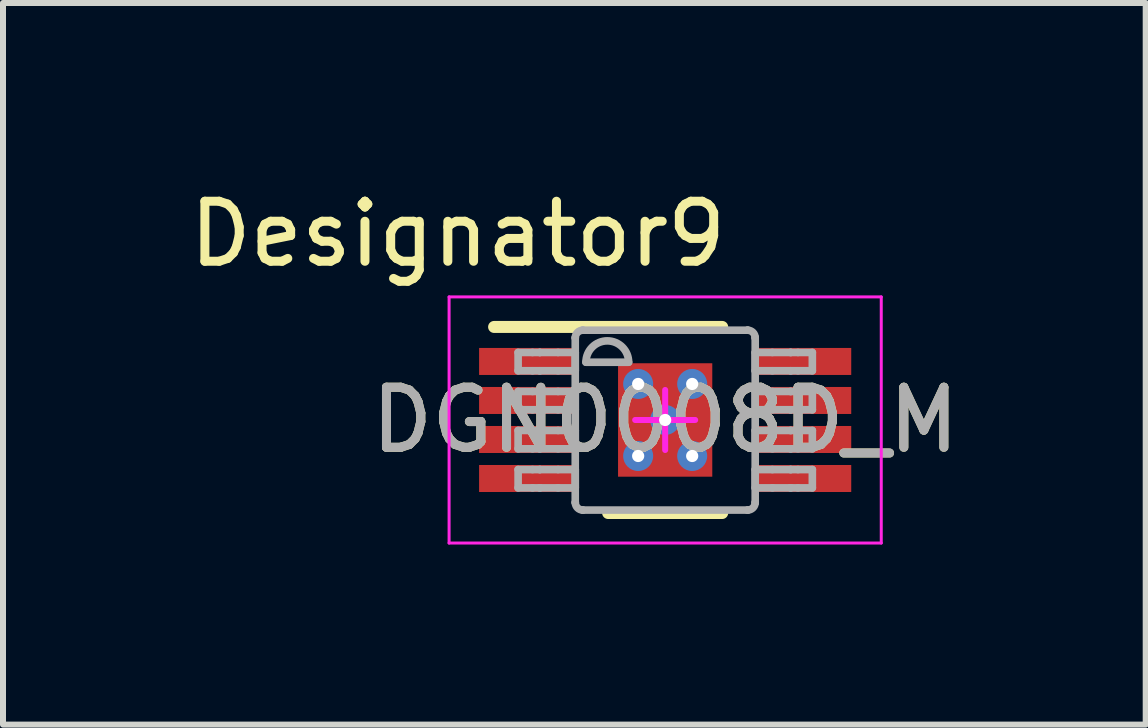
<source format=kicad_pcb>
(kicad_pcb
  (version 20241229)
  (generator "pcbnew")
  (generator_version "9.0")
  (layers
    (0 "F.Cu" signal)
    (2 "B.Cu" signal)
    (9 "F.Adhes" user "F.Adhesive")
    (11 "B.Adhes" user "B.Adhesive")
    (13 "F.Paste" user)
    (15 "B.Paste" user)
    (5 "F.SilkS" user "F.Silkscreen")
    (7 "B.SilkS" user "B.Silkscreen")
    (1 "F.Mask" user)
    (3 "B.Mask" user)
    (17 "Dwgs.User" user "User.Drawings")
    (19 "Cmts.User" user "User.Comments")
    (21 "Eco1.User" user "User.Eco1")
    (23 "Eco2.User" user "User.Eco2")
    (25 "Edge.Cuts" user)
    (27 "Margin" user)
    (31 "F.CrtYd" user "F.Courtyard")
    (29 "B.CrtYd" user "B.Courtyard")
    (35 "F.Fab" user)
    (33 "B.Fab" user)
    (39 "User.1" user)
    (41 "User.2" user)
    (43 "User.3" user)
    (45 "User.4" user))
  (footprint "DGN0008D_M"
    (layer "F.Cu")
    (at 8.032 3.947)
    (property "Reference" "DGN0008D_M" (at 0 0 0) (unlocked yes) (layer "F.SilkS") (effects (font (size 1 1) (thickness 0.15))))
    (attr smd)
    (fp_line (start -2.85 -1.55) (end 0.95 -1.55) (stroke (width 0.2) (type solid)) (layer "F.SilkS"))
    (fp_line (start -0.95 1.55) (end 0.95 1.55) (stroke (width 0.2) (type solid)) (layer "F.SilkS"))
    (fp_line (start -3.6 -2.05) (end 3.6 -2.05) (stroke (width 0.05) (type solid)) (layer "F.CrtYd"))
    (fp_line (start -3.6 2.05) (end -3.6 -2.05) (stroke (width 0.05) (type solid)) (layer "F.CrtYd"))
    (fp_line (start -3.6 2.05) (end 3.6 2.05) (stroke (width 0.05) (type solid)) (layer "F.CrtYd"))
    (fp_line (start -0.5 0) (end 0.5 0) (stroke (width 0.1) (type solid)) (layer "F.CrtYd"))
    (fp_line (start -0.000003 0.5) (end -0.000003 -0.5) (stroke (width 0.1) (type solid)) (layer "F.CrtYd"))
    (fp_line (start 3.6 2.05) (end 3.6 -2.05) (stroke (width 0.05) (type solid)) (layer "F.CrtYd"))
    (fp_line (start -2.45 -1.125) (end -2.21 -1.125) (stroke (width 0.127) (type solid)) (layer "F.Fab"))
    (fp_line (start -2.45 -0.82) (end -2.45 -1.125) (stroke (width 0.127) (type solid)) (layer "F.Fab"))
    (fp_line (start -2.45 -0.82) (end -2.21 -0.82) (stroke (width 0.127) (type solid)) (layer "F.Fab"))
    (fp_line (start -2.45 -0.475) (end -2.21 -0.475) (stroke (width 0.127) (type solid)) (layer "F.Fab"))
    (fp_line (start -2.45 -0.17) (end -2.45 -0.475) (stroke (width 0.127) (type solid)) (layer "F.Fab"))
    (fp_line (start -2.45 -0.17) (end -2.21 -0.17) (stroke (width 0.127) (type solid)) (layer "F.Fab"))
    (fp_line (start -2.45 0.175) (end -2.21 0.175) (stroke (width 0.127) (type solid)) (layer "F.Fab"))
    (fp_line (start -2.45 0.48) (end -2.45 0.175) (stroke (width 0.127) (type solid)) (layer "F.Fab"))
    (fp_line (start -2.45 0.48) (end -2.21 0.48) (stroke (width 0.127) (type solid)) (layer "F.Fab"))
    (fp_line (start -2.45 0.826) (end -2.21 0.826) (stroke (width 0.127) (type solid)) (layer "F.Fab"))
    (fp_line (start -2.45 1.131) (end -2.45 0.826) (stroke (width 0.127) (type solid)) (layer "F.Fab"))
    (fp_line (start -2.45 1.131) (end -2.21 1.131) (stroke (width 0.127) (type solid)) (layer "F.Fab"))
    (fp_line (start -2.21 -1.125) (end -2.09 -1.125) (stroke (width 0.127) (type solid)) (layer "F.Fab"))
    (fp_line (start -2.21 -0.82) (end -2.09 -0.82) (stroke (width 0.127) (type solid)) (layer "F.Fab"))
    (fp_line (start -2.21 -0.475) (end -2.09 -0.475) (stroke (width 0.127) (type solid)) (layer "F.Fab"))
    (fp_line (start -2.21 -0.17) (end -2.09 -0.17) (stroke (width 0.127) (type solid)) (layer "F.Fab"))
    (fp_line (start -2.21 0.175) (end -2.09 0.175) (stroke (width 0.127) (type solid)) (layer "F.Fab"))
    (fp_line (start -2.21 0.48) (end -2.09 0.48) (stroke (width 0.127) (type solid)) (layer "F.Fab"))
    (fp_line (start -2.21 0.826) (end -2.09 0.826) (stroke (width 0.127) (type solid)) (layer "F.Fab"))
    (fp_line (start -2.21 1.131) (end -2.09 1.131) (stroke (width 0.127) (type solid)) (layer "F.Fab"))
    (fp_line (start -2.09 -1.125) (end -2.087 -1.125) (stroke (width 0.127) (type solid)) (layer "F.Fab"))
    (fp_line (start -2.09 -0.82) (end -2.087 -0.82) (stroke (width 0.127) (type solid)) (layer "F.Fab"))
    (fp_line (start -2.09 -0.475) (end -2.087 -0.475) (stroke (width 0.127) (type solid)) (layer "F.Fab"))
    (fp_line (start -2.09 -0.17) (end -2.087 -0.17) (stroke (width 0.127) (type solid)) (layer "F.Fab"))
    (fp_line (start -2.09 0.175) (end -2.087 0.175) (stroke (width 0.127) (type solid)) (layer "F.Fab"))
    (fp_line (start -2.09 0.48) (end -2.087 0.48) (stroke (width 0.127) (type solid)) (layer "F.Fab"))
    (fp_line (start -2.09 0.826) (end -2.087 0.826) (stroke (width 0.127) (type solid)) (layer "F.Fab"))
    (fp_line (start -2.09 1.131) (end -2.087 1.131) (stroke (width 0.127) (type solid)) (layer "F.Fab"))
    (fp_line (start -2.087 -1.125) (end -1.784 -1.125) (stroke (width 0.127) (type solid)) (layer "F.Fab"))
    (fp_line (start -2.087 -0.82) (end -1.784 -0.82) (stroke (width 0.127) (type solid)) (layer "F.Fab"))
    (fp_line (start -2.087 -0.475) (end -1.784 -0.475) (stroke (width 0.127) (type solid)) (layer "F.Fab"))
    (fp_line (start -2.087 -0.17) (end -1.784 -0.17) (stroke (width 0.127) (type solid)) (layer "F.Fab"))
    (fp_line (start -2.087 0.175) (end -1.784 0.175) (stroke (width 0.127) (type solid)) (layer "F.Fab"))
    (fp_line (start -2.087 0.48) (end -1.784 0.48) (stroke (width 0.127) (type solid)) (layer "F.Fab"))
    (fp_line (start -2.087 0.826) (end -1.784 0.826) (stroke (width 0.127) (type solid)) (layer "F.Fab"))
    (fp_line (start -2.087 1.131) (end -1.784 1.131) (stroke (width 0.127) (type solid)) (layer "F.Fab"))
    (fp_line (start -1.784 -1.125) (end -1.498 -1.125) (stroke (width 0.127) (type solid)) (layer "F.Fab"))
    (fp_line (start -1.784 -0.82) (end -1.498 -0.82) (stroke (width 0.127) (type solid)) (layer "F.Fab"))
    (fp_line (start -1.784 -0.475) (end -1.498 -0.475) (stroke (width 0.127) (type solid)) (layer "F.Fab"))
    (fp_line (start -1.784 -0.17) (end -1.498 -0.17) (stroke (width 0.127) (type solid)) (layer "F.Fab"))
    (fp_line (start -1.784 0.175) (end -1.498 0.175) (stroke (width 0.127) (type solid)) (layer "F.Fab"))
    (fp_line (start -1.784 0.48) (end -1.498 0.48) (stroke (width 0.127) (type solid)) (layer "F.Fab"))
    (fp_line (start -1.784 0.826) (end -1.498 0.826) (stroke (width 0.127) (type solid)) (layer "F.Fab"))
    (fp_line (start -1.784 1.131) (end -1.498 1.131) (stroke (width 0.127) (type solid)) (layer "F.Fab"))
    (fp_line (start -1.498 -1.369) (end -1.497 -1.372) (stroke (width 0.127) (type solid)) (layer "F.Fab"))
    (fp_line (start -1.498 -0.82) (end -1.498 -1.125) (stroke (width 0.127) (type solid)) (layer "F.Fab"))
    (fp_line (start -1.498 -0.17) (end -1.498 -0.475) (stroke (width 0.127) (type solid)) (layer "F.Fab"))
    (fp_line (start -1.498 0.48) (end -1.498 0.175) (stroke (width 0.127) (type solid)) (layer "F.Fab"))
    (fp_line (start -1.498 1.131) (end -1.498 0.826) (stroke (width 0.127) (type solid)) (layer "F.Fab"))
    (fp_line (start -1.498 1.374) (end -1.498 -1.369) (stroke (width 0.127) (type solid)) (layer "F.Fab"))
    (fp_line (start -1.498 1.374) (end -1.497 1.377) (stroke (width 0.127) (type solid)) (layer "F.Fab"))
    (fp_line (start -1.373 -1.496) (end -1.371 -1.496) (stroke (width 0.127) (type solid)) (layer "F.Fab"))
    (fp_line (start -1.373 1.501) (end -1.371 1.501) (stroke (width 0.127) (type solid)) (layer "F.Fab"))
    (fp_line (start -1.371 -1.496) (end 1.373 -1.496) (stroke (width 0.127) (type solid)) (layer "F.Fab"))
    (fp_line (start -1.371 1.501) (end 1.373 1.501) (stroke (width 0.127) (type solid)) (layer "F.Fab"))
    (fp_line (start -1.32 -0.962) (end -0.609 -0.962) (stroke (width 0.127) (type solid)) (layer "F.Fab"))
    (fp_line (start 1.373 -1.496) (end 1.375 -1.496) (stroke (width 0.127) (type solid)) (layer "F.Fab"))
    (fp_line (start 1.373 1.501) (end 1.375 1.501) (stroke (width 0.127) (type solid)) (layer "F.Fab"))
    (fp_line (start 1.5 -1.372) (end 1.5 -1.369) (stroke (width 0.127) (type solid)) (layer "F.Fab"))
    (fp_line (start 1.5 1.377) (end 1.5 1.374) (stroke (width 0.127) (type solid)) (layer "F.Fab"))
    (fp_line (start 1.5 -1.125) (end 1.786 -1.125) (stroke (width 0.127) (type solid)) (layer "F.Fab"))
    (fp_line (start 1.5 -0.82) (end 1.5 -1.125) (stroke (width 0.127) (type solid)) (layer "F.Fab"))
    (fp_line (start 1.5 -0.82) (end 1.786 -0.82) (stroke (width 0.127) (type solid)) (layer "F.Fab"))
    (fp_line (start 1.5 -0.475) (end 1.786 -0.475) (stroke (width 0.127) (type solid)) (layer "F.Fab"))
    (fp_line (start 1.5 -0.17) (end 1.5 -0.475) (stroke (width 0.127) (type solid)) (layer "F.Fab"))
    (fp_line (start 1.5 -0.17) (end 1.786 -0.17) (stroke (width 0.127) (type solid)) (layer "F.Fab"))
    (fp_line (start 1.5 0.175) (end 1.786 0.175) (stroke (width 0.127) (type solid)) (layer "F.Fab"))
    (fp_line (start 1.5 0.48) (end 1.5 0.175) (stroke (width 0.127) (type solid)) (layer "F.Fab"))
    (fp_line (start 1.5 0.48) (end 1.786 0.48) (stroke (width 0.127) (type solid)) (layer "F.Fab"))
    (fp_line (start 1.5 0.826) (end 1.786 0.826) (stroke (width 0.127) (type solid)) (layer "F.Fab"))
    (fp_line (start 1.5 1.131) (end 1.5 0.826) (stroke (width 0.127) (type solid)) (layer "F.Fab"))
    (fp_line (start 1.5 1.131) (end 1.786 1.131) (stroke (width 0.127) (type solid)) (layer "F.Fab"))
    (fp_line (start 1.5 1.374) (end 1.5 -1.369) (stroke (width 0.127) (type solid)) (layer "F.Fab"))
    (fp_line (start 1.786 -1.125) (end 2.089 -1.125) (stroke (width 0.127) (type solid)) (layer "F.Fab"))
    (fp_line (start 1.786 -0.82) (end 2.089 -0.82) (stroke (width 0.127) (type solid)) (layer "F.Fab"))
    (fp_line (start 1.786 -0.475) (end 2.089 -0.475) (stroke (width 0.127) (type solid)) (layer "F.Fab"))
    (fp_line (start 1.786 -0.17) (end 2.089 -0.17) (stroke (width 0.127) (type solid)) (layer "F.Fab"))
    (fp_line (start 1.786 0.175) (end 2.089 0.175) (stroke (width 0.127) (type solid)) (layer "F.Fab"))
    (fp_line (start 1.786 0.48) (end 2.089 0.48) (stroke (width 0.127) (type solid)) (layer "F.Fab"))
    (fp_line (start 1.786 0.826) (end 2.089 0.826) (stroke (width 0.127) (type solid)) (layer "F.Fab"))
    (fp_line (start 1.786 1.131) (end 2.089 1.131) (stroke (width 0.127) (type solid)) (layer "F.Fab"))
    (fp_line (start 2.089 -1.125) (end 2.093 -1.125) (stroke (width 0.127) (type solid)) (layer "F.Fab"))
    (fp_line (start 2.089 -0.82) (end 2.093 -0.82) (stroke (width 0.127) (type solid)) (layer "F.Fab"))
    (fp_line (start 2.089 -0.475) (end 2.093 -0.475) (stroke (width 0.127) (type solid)) (layer "F.Fab"))
    (fp_line (start 2.089 -0.17) (end 2.093 -0.17) (stroke (width 0.127) (type solid)) (layer "F.Fab"))
    (fp_line (start 2.089 0.175) (end 2.093 0.175) (stroke (width 0.127) (type solid)) (layer "F.Fab"))
    (fp_line (start 2.089 0.48) (end 2.093 0.48) (stroke (width 0.127) (type solid)) (layer "F.Fab"))
    (fp_line (start 2.089 0.826) (end 2.093 0.826) (stroke (width 0.127) (type solid)) (layer "F.Fab"))
    (fp_line (start 2.089 1.131) (end 2.093 1.131) (stroke (width 0.127) (type solid)) (layer "F.Fab"))
    (fp_line (start 2.093 -1.125) (end 2.213 -1.125) (stroke (width 0.127) (type solid)) (layer "F.Fab"))
    (fp_line (start 2.093 -0.82) (end 2.213 -0.82) (stroke (width 0.127) (type solid)) (layer "F.Fab"))
    (fp_line (start 2.093 -0.475) (end 2.213 -0.475) (stroke (width 0.127) (type solid)) (layer "F.Fab"))
    (fp_line (start 2.093 -0.17) (end 2.213 -0.17) (stroke (width 0.127) (type solid)) (layer "F.Fab"))
    (fp_line (start 2.093 0.175) (end 2.213 0.175) (stroke (width 0.127) (type solid)) (layer "F.Fab"))
    (fp_line (start 2.093 0.48) (end 2.213 0.48) (stroke (width 0.127) (type solid)) (layer "F.Fab"))
    (fp_line (start 2.093 0.826) (end 2.213 0.826) (stroke (width 0.127) (type solid)) (layer "F.Fab"))
    (fp_line (start 2.093 1.131) (end 2.213 1.131) (stroke (width 0.127) (type solid)) (layer "F.Fab"))
    (fp_line (start 2.213 -1.125) (end 2.452 -1.125) (stroke (width 0.127) (type solid)) (layer "F.Fab"))
    (fp_line (start 2.213 -0.82) (end 2.452 -0.82) (stroke (width 0.127) (type solid)) (layer "F.Fab"))
    (fp_line (start 2.213 -0.475) (end 2.452 -0.475) (stroke (width 0.127) (type solid)) (layer "F.Fab"))
    (fp_line (start 2.213 -0.17) (end 2.452 -0.17) (stroke (width 0.127) (type solid)) (layer "F.Fab"))
    (fp_line (start 2.213 0.175) (end 2.452 0.175) (stroke (width 0.127) (type solid)) (layer "F.Fab"))
    (fp_line (start 2.213 0.48) (end 2.452 0.48) (stroke (width 0.127) (type solid)) (layer "F.Fab"))
    (fp_line (start 2.213 0.826) (end 2.452 0.826) (stroke (width 0.127) (type solid)) (layer "F.Fab"))
    (fp_line (start 2.213 1.131) (end 2.452 1.131) (stroke (width 0.127) (type solid)) (layer "F.Fab"))
    (fp_line (start 2.452 -0.82) (end 2.452 -1.125) (stroke (width 0.127) (type solid)) (layer "F.Fab"))
    (fp_line (start 2.452 -0.17) (end 2.452 -0.475) (stroke (width 0.127) (type solid)) (layer "F.Fab"))
    (fp_line (start 2.452 0.48) (end 2.452 0.175) (stroke (width 0.127) (type solid)) (layer "F.Fab"))
    (fp_line (start 2.452 1.131) (end 2.452 0.826) (stroke (width 0.127) (type solid)) (layer "F.Fab"))
    (fp_arc (start -1.497476 -1.371582) (mid -1.460306 -1.458644) (end -1.373243 -1.495814) (stroke (width 0.127) (type solid)) (layer "F.Fab"))
    (fp_arc (start -1.373243 1.501336) (mid -1.460306 1.464166) (end -1.497476 1.377104) (stroke (width 0.127) (type solid)) (layer "F.Fab"))
    (fp_arc (start -1.3197 -0.962439) (mid -0.9641 -1.318039) (end -0.6085 -0.962439) (stroke (width 0.127) (type solid)) (layer "F.Fab"))
    (fp_arc (start 1.375443 -1.495814) (mid 1.462505 -1.458644) (end 1.499675 -1.371582) (stroke (width 0.127) (type solid)) (layer "F.Fab"))
    (fp_arc (start 1.499675 1.377104) (mid 1.462505 1.464166) (end 1.375443 1.501336) (stroke (width 0.127) (type solid)) (layer "F.Fab"))
    (fp_text user "Designator9" (at -3.454 -3.099 0) (unlocked yes) (layer "F.SilkS") (effects (font (size 1 1) (thickness 0.15))))
    (fp_text user "${REFERENCE}" (at 0 0 0) (unlocked yes) (layer "F.Fab") (effects (font (size 1 1) (thickness 0.15))))
    (pad "1" smd rect (at -2.325 -0.975 90) (size 0.45 1.55) (layers "F.Cu" "F.Mask" "F.Paste"))
    (pad "2" smd rect (at -2.325 -0.325 90) (size 0.45 1.55) (layers "F.Cu" "F.Mask" "F.Paste"))
    (pad "3" smd rect (at -2.325 0.325 90) (size 0.45 1.55) (layers "F.Cu" "F.Mask" "F.Paste"))
    (pad "4" smd rect (at -2.325 0.975 90) (size 0.45 1.55) (layers "F.Cu" "F.Mask" "F.Paste"))
    (pad "5" smd rect (at 2.325 0.975 90) (size 0.45 1.55) (layers "F.Cu" "F.Mask" "F.Paste"))
    (pad "6" smd rect (at 2.325 0.325 90) (size 0.45 1.55) (layers "F.Cu" "F.Mask" "F.Paste"))
    (pad "7" smd rect (at 2.325 -0.325 90) (size 0.45 1.55) (layers "F.Cu" "F.Mask" "F.Paste"))
    (pad "8" smd rect (at 2.325 -0.975 90) (size 0.45 1.55) (layers "F.Cu" "F.Mask" "F.Paste"))
    (pad "9" smd rect (at 0 0) (size 1.57 1.89) (layers "F.Cu" "F.Mask" "F.Paste"))
    (pad "V" thru_hole circle (at -0.45 -0.6) (size 0.5 0.5) (drill 0.203) (layers "*.Cu" "*.Mask"))
    (pad "V" thru_hole circle (at -0.45 0.6) (size 0.5 0.5) (drill 0.203) (layers "*.Cu" "*.Mask"))
    (pad "V" thru_hole circle (at 0 0) (size 0.5 0.5) (drill 0.203) (layers "*.Cu" "*.Mask"))
    (pad "V" thru_hole circle (at 0.45 -0.6) (size 0.5 0.5) (drill 0.203) (layers "*.Cu" "*.Mask"))
    (pad "V" thru_hole circle (at 0.45 0.6) (size 0.5 0.5) (drill 0.203) (layers "*.Cu" "*.Mask")))
  (gr_rect
    (start -3 -3)
    (end 16.038 9.022)
    (stroke (width 0.1) (type default))
    (fill no)
    (layer "Edge.Cuts")))
</source>
